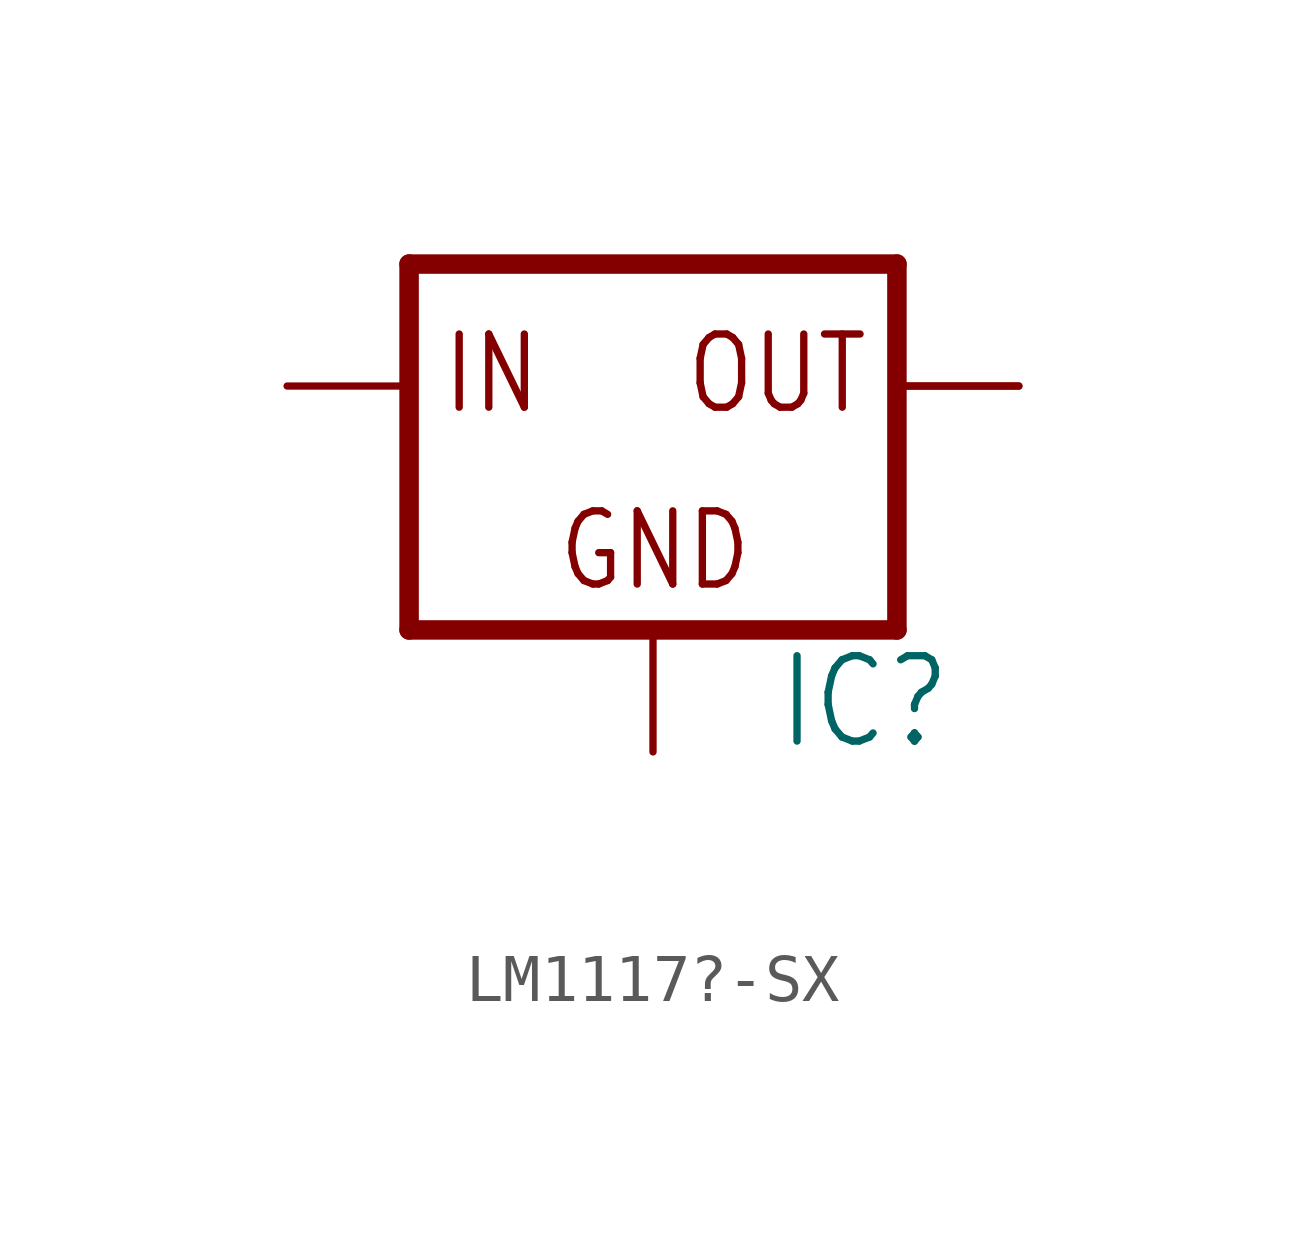
<source format=kicad_sym>
(kicad_symbol_lib
  (version 20231120)
  (generator "kicad_symbol_editor")
  (generator_version "8.0")
  (symbol "LM1117?-SX"
    (property "Reference" "IC"
      (at 2.54 -7.62 0)
      (effects (font (size 1.778 1.511)) (justify left bottom)))
    (property "Value" ""
      (at 2.54 -10.16 0)
      (effects (font (size 1.778 1.511)) (justify left bottom)))
    (property "ki_locked" ""
      (at 0 0 0)
      (effects (font (size 1.27 1.27))))
    (symbol "LM1117?-SX_1_0"
      (polyline (pts (xy -5.08 -5.08) (xy 5.08 -5.08)) (stroke (width 0.406) (type solid)) (fill (type none)))
      (polyline (pts (xy -5.08 2.54) (xy -5.08 -5.08)) (stroke (width 0.406) (type solid)) (fill (type none)))
      (polyline (pts (xy 5.08 -5.08) (xy 5.08 2.54)) (stroke (width 0.406) (type solid)) (fill (type none)))
      (polyline (pts (xy 5.08 2.54) (xy -5.08 2.54)) (stroke (width 0.406) (type solid)) (fill (type none)))
      (text "GND" (at -2.032 -4.318 0) (effects (font (size 1.524 1.295)) (justify left bottom)))
      (text "IN" (at -4.445 -0.635 0) (effects (font (size 1.524 1.295)) (justify left bottom)))
      (text "OUT" (at 0.635 -0.635 0) (effects (font (size 1.524 1.295)) (justify left bottom)))
      (pin input line (at 0 -7.62 90) (length 2.54) (name "GND" (effects (font (size 0 0)))) (number "1" (effects (font (size 0 0)))))
      (pin passive line (at 7.62 0 180) (length 2.54) (name "OUT" (effects (font (size 0 0)))) (number "2" (effects (font (size 0 0)))))
      (pin input line (at -7.62 0 0) (length 2.54) (name "IN" (effects (font (size 0 0)))) (number "3" (effects (font (size 0 0)))))
      (pin passive line (at 7.62 0 180) (length 2.54) (name "OUT" (effects (font (size 0 0)))) (number "TAB" (effects (font (size 0 0))))))))
</source>
